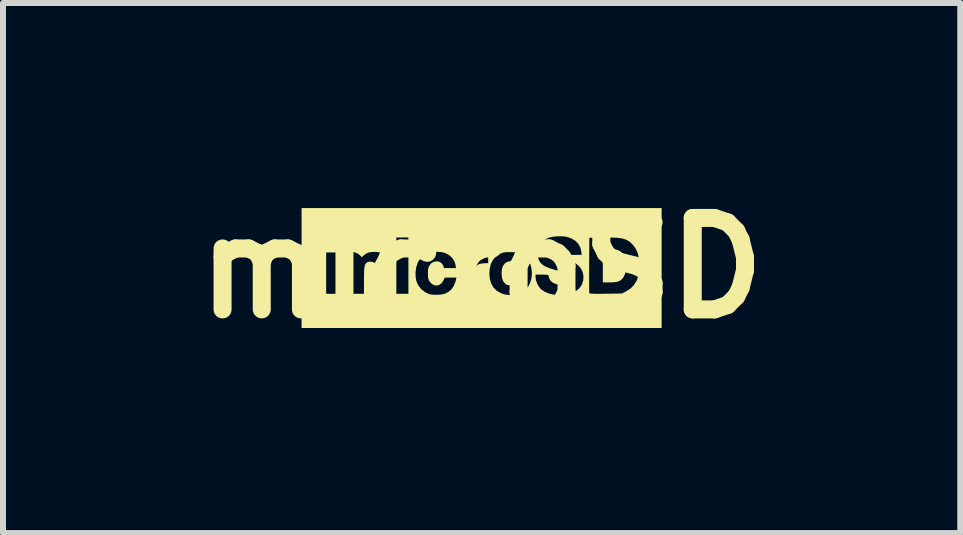
<source format=kicad_pcb>
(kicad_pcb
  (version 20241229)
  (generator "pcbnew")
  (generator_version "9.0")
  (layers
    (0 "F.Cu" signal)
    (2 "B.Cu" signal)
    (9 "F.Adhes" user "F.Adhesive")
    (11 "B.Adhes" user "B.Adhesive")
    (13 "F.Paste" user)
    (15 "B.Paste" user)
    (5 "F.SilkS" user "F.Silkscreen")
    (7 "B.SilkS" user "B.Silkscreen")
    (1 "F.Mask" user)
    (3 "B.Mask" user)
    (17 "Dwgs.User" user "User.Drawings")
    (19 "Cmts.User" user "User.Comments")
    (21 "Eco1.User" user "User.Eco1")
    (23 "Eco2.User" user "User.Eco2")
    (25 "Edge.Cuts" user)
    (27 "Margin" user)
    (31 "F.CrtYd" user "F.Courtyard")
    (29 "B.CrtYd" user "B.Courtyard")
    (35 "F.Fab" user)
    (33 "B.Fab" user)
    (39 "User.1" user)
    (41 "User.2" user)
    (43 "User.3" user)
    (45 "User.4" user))
  (footprint "microSD"
    (layer "F.Cu")
    (at 4.978 1.418)
    (property "Reference" "microSD" (at 0 0 0) (layer "F.SilkS") (effects (font (size 1.524 1.524) (thickness 0.3))))
    (attr board_only exclude_from_pos_files exclude_from_bom)
    (fp_poly (pts (xy 2.133 -0.318) (xy 2.202 -0.313) (xy 2.256 -0.304) (xy 2.297 -0.288) (xy 2.33 -0.264) (xy 2.359 -0.231) (xy 2.36 -0.229) (xy 2.389 -0.175) (xy 2.406 -0.11) (xy 2.412 -0.039) (xy 2.406 0.033) (xy 2.39 0.1) (xy 2.363 0.156) (xy 2.355 0.167) (xy 2.328 0.196) (xy 2.297 0.217) (xy 2.257 0.23) (xy 2.205 0.237) (xy 2.137 0.24) (xy 2.133 0.24) (xy 2.021 0.24) (xy 2.021 -0.322)) (stroke (width 0) (type solid)) (fill yes) (layer "F.SilkS"))
    (fp_poly (pts (xy 0.521 -0.107) (xy 0.566 -0.085) (xy 0.604 -0.047) (xy 0.615 -0.027) (xy 0.622 -0.000249) (xy 0.627 0.039) (xy 0.628 0.068) (xy 0.627 0.141) (xy 0.615 0.198) (xy 0.592 0.24) (xy 0.558 0.27) (xy 0.518 0.285) (xy 0.472 0.289) (xy 0.429 0.282) (xy 0.408 0.273) (xy 0.387 0.254) (xy 0.365 0.226) (xy 0.358 0.216) (xy 0.343 0.174) (xy 0.335 0.121) (xy 0.334 0.063) (xy 0.341 0.009) (xy 0.356 -0.034) (xy 0.356 -0.035) (xy 0.388 -0.077) (xy 0.428 -0.103) (xy 0.474 -0.114)) (stroke (width 0) (type solid)) (fill yes) (layer "F.SilkS"))
    (fp_poly (pts (xy 3.001 1) (xy -3.001 1) (xy -3.001 -0.26) (xy -2.591 -0.26) (xy -2.591 0.43) (xy -2.391 0.43) (xy -2.39 0.242) (xy -2.39 0.179) (xy -2.388 0.12) (xy -2.386 0.068) (xy -2.384 0.028) (xy -2.382 0.007) (xy -2.367 -0.039) (xy -2.341 -0.075) (xy -2.307 -0.098) (xy -2.27 -0.109) (xy -2.232 -0.103) (xy -2.205 -0.087) (xy -2.176 -0.062) (xy -2.173 0.184) (xy -2.17 0.43) (xy -1.961 0.43) (xy -1.961 0.207) (xy -1.96 0.125) (xy -1.959 0.06) (xy -1.956 0.01) (xy -1.95 -0.027) (xy -1.943 -0.054) (xy -1.932 -0.074) (xy -1.918 -0.087) (xy -1.901 -0.098) (xy -1.866 -0.107) (xy -1.827 -0.104) (xy -1.791 -0.091) (xy -1.777 -0.08) (xy -1.77 -0.073) (xy -1.765 -0.064) (xy -1.761 -0.05) (xy -1.758 -0.029) (xy -1.756 0.001) (xy -1.755 0.043) (xy -1.754 0.1) (xy -1.753 0.173) (xy -1.753 0.185) (xy -1.75 0.43) (xy -1.539 0.43) (xy -1.542 0.163) (xy -1.543 0.081) (xy -1.545 0.018) (xy -1.546 -0.031) (xy -1.548 -0.068) (xy -1.551 -0.096) (xy -1.555 -0.117) (xy -1.56 -0.133) (xy -1.566 -0.148) (xy -1.567 -0.15) (xy -1.597 -0.199) (xy -1.636 -0.235) (xy -1.686 -0.257) (xy -1.703 -0.26) (xy -1.421 -0.26) (xy -1.421 0.43) (xy -1.22 0.43) (xy -1.22 0.092) (xy -1.101 0.092) (xy -1.099 0.155) (xy -1.09 0.206) (xy -1.074 0.252) (xy -1.048 0.299) (xy -1.004 0.355) (xy -0.945 0.401) (xy -0.878 0.433) (xy -0.872 0.435) (xy -0.83 0.443) (xy -0.776 0.447) (xy -0.718 0.445) (xy -0.663 0.44) (xy -0.618 0.43) (xy -0.605 0.425) (xy -0.545 0.392) (xy -0.497 0.35) (xy -0.462 0.295) (xy -0.435 0.225) (xy -0.426 0.188) (xy -0.42 0.16) (xy -0.615 0.16) (xy -0.638 0.21) (xy -0.667 0.253) (xy -0.705 0.281) (xy -0.747 0.292) (xy -0.79 0.286) (xy -0.831 0.264) (xy -0.866 0.226) (xy -0.872 0.216) (xy -0.884 0.191) (xy -0.891 0.165) (xy -0.894 0.13) (xy -0.895 0.09) (xy -0.894 0.044) (xy -0.89 0.011) (xy -0.883 -0.014) (xy -0.872 -0.036) (xy -0.841 -0.077) (xy -0.804 -0.101) (xy -0.757 -0.111) (xy -0.729 -0.111) (xy -0.697 -0.101) (xy -0.666 -0.079) (xy -0.643 -0.049) (xy -0.635 -0.03) (xy -0.629 0) (xy -0.428 0) (xy -0.433 -0.044) (xy -0.449 -0.105) (xy -0.483 -0.16) (xy -0.53 -0.207) (xy -0.589 -0.242) (xy -0.624 -0.255) (xy -0.648 -0.26) (xy -0.34 -0.26) (xy -0.34 0.43) (xy -0.142 0.43) (xy -0.138 0.237) (xy -0.137 0.169) (xy -0.135 0.117) (xy -0.134 0.09) (xy 0.129 0.09) (xy 0.137 0.181) (xy 0.161 0.26) (xy 0.199 0.326) (xy 0.253 0.379) (xy 0.323 0.419) (xy 0.353 0.431) (xy 0.406 0.444) (xy 0.469 0.449) (xy 0.534 0.447) (xy 0.591 0.439) (xy 0.602 0.436) (xy 0.646 0.421) (xy 0.679 0.404) (xy 0.711 0.381) (xy 0.732 0.362) (xy 0.778 0.308) (xy 0.811 0.242) (xy 0.831 0.169) (xy 0.837 0.11) (xy 0.9 0.11) (xy 0.9 0.158) (xy 0.907 0.205) (xy 0.926 0.258) (xy 0.953 0.308) (xy 0.985 0.348) (xy 0.993 0.356) (xy 1.059 0.399) (xy 1.138 0.43) (xy 1.227 0.448) (xy 1.323 0.453) (xy 1.423 0.443) (xy 1.443 0.44) (xy 1.511 0.418) (xy 1.573 0.384) (xy 1.626 0.34) (xy 1.665 0.289) (xy 1.675 0.267) (xy 1.695 0.199) (xy 1.698 0.132) (xy 1.792 0.132) (xy 1.793 0.211) (xy 1.793 0.281) (xy 1.793 0.339) (xy 1.794 0.382) (xy 1.795 0.409) (xy 1.796 0.418) (xy 1.801 0.422) (xy 1.815 0.425) (xy 1.839 0.427) (xy 1.875 0.429) (xy 1.926 0.429) (xy 1.993 0.429) (xy 2.068 0.428) (xy 2.336 0.425) (xy 2.401 0.394) (xy 2.476 0.347) (xy 2.537 0.287) (xy 2.583 0.214) (xy 2.614 0.128) (xy 2.631 0.028) (xy 2.634 -0.04) (xy 2.627 -0.148) (xy 2.605 -0.242) (xy 2.569 -0.323) (xy 2.519 -0.391) (xy 2.509 -0.401) (xy 2.475 -0.432) (xy 2.44 -0.456) (xy 2.403 -0.475) (xy 2.36 -0.489) (xy 2.309 -0.499) (xy 2.248 -0.505) (xy 2.173 -0.508) (xy 2.082 -0.509) (xy 2.031 -0.508) (xy 1.796 -0.505) (xy 1.793 -0.05) (xy 1.793 0.044) (xy 1.792 0.132) (xy 1.698 0.132) (xy 1.698 0.131) (xy 1.685 0.066) (xy 1.657 0.009) (xy 1.629 -0.026) (xy 1.602 -0.05) (xy 1.577 -0.07) (xy 1.55 -0.085) (xy 1.518 -0.099) (xy 1.477 -0.113) (xy 1.423 -0.129) (xy 1.379 -0.141) (xy 1.306 -0.161) (xy 1.25 -0.178) (xy 1.209 -0.193) (xy 1.181 -0.207) (xy 1.163 -0.221) (xy 1.154 -0.238) (xy 1.151 -0.257) (xy 1.15 -0.265) (xy 1.16 -0.299) (xy 1.185 -0.326) (xy 1.223 -0.345) (xy 1.271 -0.353) (xy 1.324 -0.351) (xy 1.376 -0.335) (xy 1.414 -0.307) (xy 1.439 -0.266) (xy 1.44 -0.262) (xy 1.455 -0.22) (xy 1.562 -0.22) (xy 1.668 -0.22) (xy 1.664 -0.268) (xy 1.647 -0.339) (xy 1.614 -0.401) (xy 1.564 -0.453) (xy 1.499 -0.492) (xy 1.448 -0.511) (xy 1.412 -0.521) (xy 1.378 -0.527) (xy 1.34 -0.529) (xy 1.291 -0.529) (xy 1.267 -0.528) (xy 1.191 -0.522) (xy 1.129 -0.508) (xy 1.077 -0.486) (xy 1.03 -0.454) (xy 1.003 -0.429) (xy 0.963 -0.376) (xy 0.938 -0.314) (xy 0.929 -0.248) (xy 0.937 -0.182) (xy 0.961 -0.12) (xy 0.981 -0.089) (xy 1.008 -0.062) (xy 1.043 -0.037) (xy 1.09 -0.014) (xy 1.15 0.009) (xy 1.227 0.032) (xy 1.248 0.038) (xy 1.301 0.054) (xy 1.35 0.069) (xy 1.39 0.083) (xy 1.417 0.094) (xy 1.422 0.096) (xy 1.458 0.124) (xy 1.476 0.154) (xy 1.478 0.185) (xy 1.466 0.213) (xy 1.442 0.238) (xy 1.408 0.259) (xy 1.365 0.272) (xy 1.316 0.277) (xy 1.263 0.272) (xy 1.237 0.266) (xy 1.186 0.243) (xy 1.148 0.21) (xy 1.126 0.169) (xy 1.125 0.162) (xy 1.119 0.137) (xy 1.115 0.122) (xy 1.106 0.116) (xy 1.083 0.112) (xy 1.043 0.11) (xy 1.006 0.11) (xy 0.9 0.11) (xy 0.837 0.11) (xy 0.838 0.091) (xy 0.833 0.013) (xy 0.814 -0.061) (xy 0.781 -0.127) (xy 0.748 -0.17) (xy 0.714 -0.199) (xy 0.674 -0.227) (xy 0.651 -0.239) (xy 0.624 -0.25) (xy 0.6 -0.258) (xy 0.572 -0.262) (xy 0.536 -0.264) (xy 0.485 -0.265) (xy 0.479 -0.265) (xy 0.429 -0.265) (xy 0.392 -0.263) (xy 0.365 -0.259) (xy 0.342 -0.252) (xy 0.318 -0.241) (xy 0.305 -0.235) (xy 0.239 -0.191) (xy 0.188 -0.134) (xy 0.153 -0.064) (xy 0.134 0.018) (xy 0.129 0.09) (xy -0.134 0.09) (xy -0.133 0.079) (xy -0.13 0.051) (xy -0.125 0.03) (xy -0.119 0.013) (xy -0.115 0.006) (xy -0.091 -0.032) (xy -0.062 -0.057) (xy -0.023 -0.071) (xy 0.03 -0.078) (xy 0.036 -0.078) (xy 0.11 -0.082) (xy 0.11 -0.27) (xy 0.055 -0.27) (xy -0.011 -0.262) (xy -0.067 -0.238) (xy -0.113 -0.202) (xy -0.15 -0.166) (xy -0.15 -0.26) (xy -0.34 -0.26) (xy -0.648 -0.26) (xy -0.677 -0.266) (xy -0.74 -0.27) (xy -0.803 -0.268) (xy -0.86 -0.26) (xy -0.891 -0.251) (xy -0.962 -0.214) (xy -1.018 -0.163) (xy -1.061 -0.099) (xy -1.088 -0.022) (xy -1.101 0.066) (xy -1.101 0.092) (xy -1.22 0.092) (xy -1.22 -0.26) (xy -1.421 -0.26) (xy -1.703 -0.26) (xy -1.75 -0.268) (xy -1.796 -0.27) (xy -1.867 -0.263) (xy -1.925 -0.242) (xy -1.97 -0.206) (xy -1.97 -0.206) (xy -1.995 -0.18) (xy -2.03 -0.214) (xy -2.068 -0.243) (xy -2.109 -0.26) (xy -2.16 -0.269) (xy -2.2 -0.27) (xy -2.272 -0.262) (xy -2.333 -0.238) (xy -2.376 -0.206) (xy -2.401 -0.181) (xy -2.401 -0.26) (xy -2.591 -0.26) (xy -3.001 -0.26) (xy -3.001 -0.51) (xy -1.421 -0.51) (xy -1.421 -0.34) (xy -1.22 -0.34) (xy -1.22 -0.51) (xy -1.421 -0.51) (xy -3.001 -0.51) (xy -3.001 -1) (xy 3.001 -1)) (stroke (width 0) (type solid)) (fill yes) (layer "F.SilkS")))
  (gr_rect
    (start -3 -3)
    (end 12.957 5.836)
    (stroke (width 0.1) (type default))
    (fill no)
    (layer "Edge.Cuts")))
</source>
